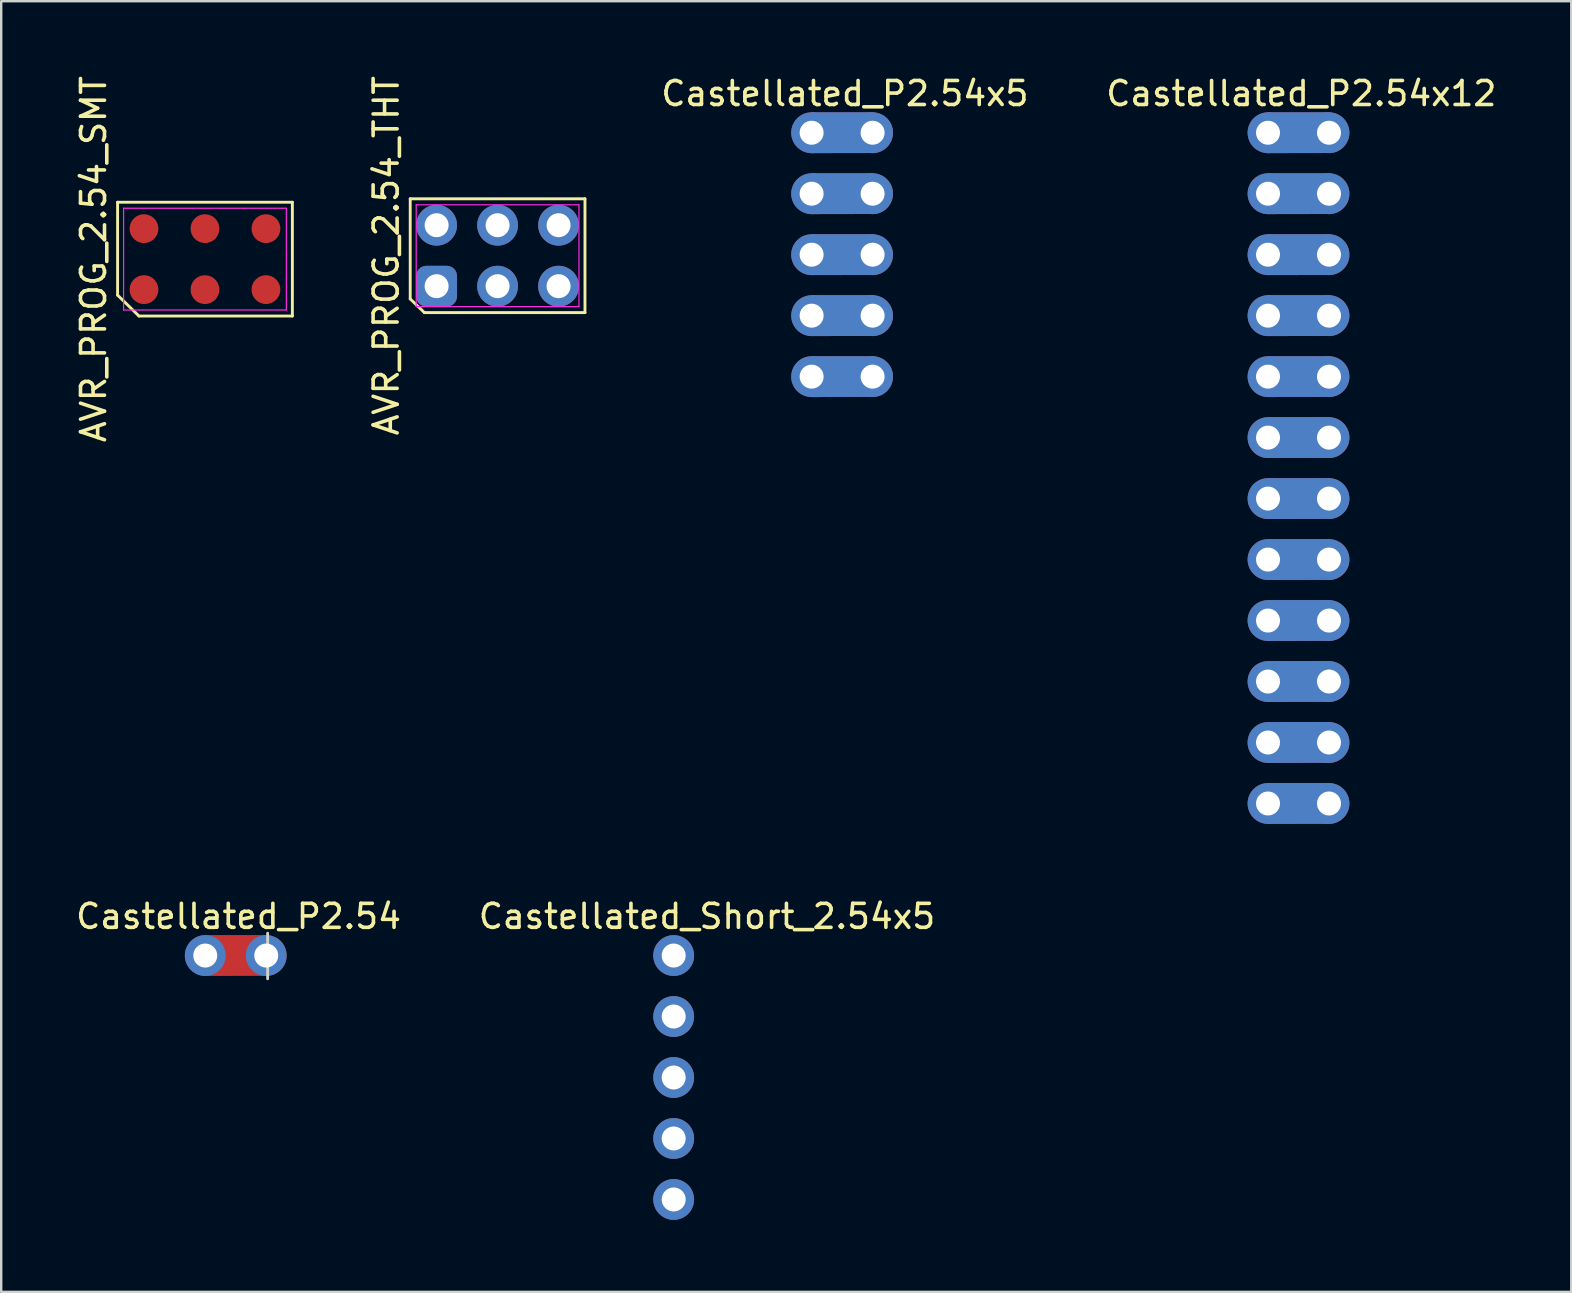
<source format=kicad_pcb>
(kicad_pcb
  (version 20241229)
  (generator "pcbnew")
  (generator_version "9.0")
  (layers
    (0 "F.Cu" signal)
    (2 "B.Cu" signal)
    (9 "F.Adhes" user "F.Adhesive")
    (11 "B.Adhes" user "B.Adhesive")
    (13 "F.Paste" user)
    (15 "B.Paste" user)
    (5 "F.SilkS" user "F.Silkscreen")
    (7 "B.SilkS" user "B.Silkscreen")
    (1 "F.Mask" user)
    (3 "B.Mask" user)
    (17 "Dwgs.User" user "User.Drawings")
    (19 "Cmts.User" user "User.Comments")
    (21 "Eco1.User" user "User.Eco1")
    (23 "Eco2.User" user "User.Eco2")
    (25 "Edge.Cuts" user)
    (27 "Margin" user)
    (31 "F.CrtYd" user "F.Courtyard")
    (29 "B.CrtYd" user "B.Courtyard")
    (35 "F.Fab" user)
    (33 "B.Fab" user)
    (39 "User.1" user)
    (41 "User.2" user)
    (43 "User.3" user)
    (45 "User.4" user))
  (footprint "Castellated_P2.54x5"
    (layer "F.Cu")
    (at 30.758 2.479)
    (property "Reference" "Castellated_P2.54x5" (at 1.387 -1.631 0) (layer "F.SilkS") (effects (font (size 1 1) (thickness 0.15))))
    (attr through_hole)
    (fp_poly (pts (xy 2.548 0.795) (xy -0.003 0.8) (xy 0.01 -0.803) (xy 2.56 -0.803)) (stroke (width 0.1) (type solid)) (fill yes) (layer "F.Cu"))
    (fp_poly (pts (xy 2.548 3.335) (xy -0.003 3.34) (xy 0.01 1.737) (xy 2.56 1.737)) (stroke (width 0.1) (type solid)) (fill yes) (layer "F.Cu"))
    (fp_poly (pts (xy 2.548 5.875) (xy -0.003 5.88) (xy 0.01 4.277) (xy 2.56 4.277)) (stroke (width 0.1) (type solid)) (fill yes) (layer "F.Cu"))
    (fp_poly (pts (xy 2.548 8.415) (xy -0.003 8.42) (xy 0.01 6.817) (xy 2.56 6.817)) (stroke (width 0.1) (type solid)) (fill yes) (layer "F.Cu"))
    (fp_poly (pts (xy 2.548 10.955) (xy -0.003 10.96) (xy 0.01 9.357) (xy 2.56 9.357)) (stroke (width 0.1) (type solid)) (fill yes) (layer "F.Cu"))
    (fp_poly (pts (xy 2.55 0.8) (xy 0 0.805) (xy 0.013 -0.798) (xy 2.563 -0.798)) (stroke (width 0.1) (type solid)) (fill yes) (layer "F.Mask"))
    (fp_poly (pts (xy 2.55 3.34) (xy 0 3.345) (xy 0.013 1.742) (xy 2.563 1.742)) (stroke (width 0.1) (type solid)) (fill yes) (layer "F.Mask"))
    (fp_poly (pts (xy 2.55 5.88) (xy 0 5.885) (xy 0.013 4.282) (xy 2.563 4.282)) (stroke (width 0.1) (type solid)) (fill yes) (layer "F.Mask"))
    (fp_poly (pts (xy 2.55 8.42) (xy 0 8.425) (xy 0.013 6.822) (xy 2.563 6.822)) (stroke (width 0.1) (type solid)) (fill yes) (layer "F.Mask"))
    (fp_poly (pts (xy 2.55 10.96) (xy 0 10.965) (xy 0.013 9.362) (xy 2.563 9.362)) (stroke (width 0.1) (type solid)) (fill yes) (layer "F.Mask"))
    (fp_poly (pts (xy 2.548 0.795) (xy -0.003 0.8) (xy 0.01 -0.803) (xy 2.56 -0.803)) (stroke (width 0.1) (type solid)) (fill yes) (layer "B.Cu"))
    (fp_poly (pts (xy 2.548 3.335) (xy -0.003 3.34) (xy 0.01 1.737) (xy 2.56 1.737)) (stroke (width 0.1) (type solid)) (fill yes) (layer "B.Cu"))
    (fp_poly (pts (xy 2.548 5.875) (xy -0.003 5.88) (xy 0.01 4.277) (xy 2.56 4.277)) (stroke (width 0.1) (type solid)) (fill yes) (layer "B.Cu"))
    (fp_poly (pts (xy 2.548 8.415) (xy -0.003 8.42) (xy 0.01 6.817) (xy 2.56 6.817)) (stroke (width 0.1) (type solid)) (fill yes) (layer "B.Cu"))
    (fp_poly (pts (xy 2.548 10.955) (xy -0.003 10.96) (xy 0.01 9.357) (xy 2.56 9.357)) (stroke (width 0.1) (type solid)) (fill yes) (layer "B.Cu"))
    (fp_poly (pts (xy 2.55 0.8) (xy 0 0.805) (xy 0.013 -0.798) (xy 2.563 -0.798)) (stroke (width 0.1) (type solid)) (fill yes) (layer "B.Mask"))
    (fp_poly (pts (xy 2.55 3.34) (xy 0 3.345) (xy 0.013 1.742) (xy 2.563 1.742)) (stroke (width 0.1) (type solid)) (fill yes) (layer "B.Mask"))
    (fp_poly (pts (xy 2.55 5.88) (xy 0 5.885) (xy 0.013 4.282) (xy 2.563 4.282)) (stroke (width 0.1) (type solid)) (fill yes) (layer "B.Mask"))
    (fp_poly (pts (xy 2.55 8.42) (xy 0 8.425) (xy 0.013 6.822) (xy 2.563 6.822)) (stroke (width 0.1) (type solid)) (fill yes) (layer "B.Mask"))
    (fp_poly (pts (xy 2.55 10.96) (xy 0 10.965) (xy 0.013 9.362) (xy 2.563 9.362)) (stroke (width 0.1) (type solid)) (fill yes) (layer "B.Mask"))
    (pad "1" thru_hole circle (at 0 0) (size 1.7 1.7) (drill 1) (layers "*.Cu" "*.Mask"))
    (pad "1" thru_hole circle (at 2.54 0) (size 1.7 1.7) (drill 1) (layers "*.Cu" "*.Mask"))
    (pad "2" thru_hole circle (at 0 2.54) (size 1.7 1.7) (drill 1) (layers "*.Cu" "*.Mask"))
    (pad "2" thru_hole circle (at 2.54 2.54) (size 1.7 1.7) (drill 1) (layers "*.Cu" "*.Mask"))
    (pad "3" thru_hole circle (at 0 5.08) (size 1.7 1.7) (drill 1) (layers "*.Cu" "*.Mask"))
    (pad "3" thru_hole circle (at 2.54 5.08) (size 1.7 1.7) (drill 1) (layers "*.Cu" "*.Mask"))
    (pad "4" thru_hole circle (at 0 7.62) (size 1.7 1.7) (drill 1) (layers "*.Cu" "*.Mask"))
    (pad "4" thru_hole circle (at 2.54 7.62) (size 1.7 1.7) (drill 1) (layers "*.Cu" "*.Mask"))
    (pad "5" thru_hole circle (at 0 10.16) (size 1.7 1.7) (drill 1) (layers "*.Cu" "*.Mask"))
    (pad "5" thru_hole circle (at 2.54 10.16) (size 1.7 1.7) (drill 1) (layers "*.Cu" "*.Mask")))
  (footprint "Castellated_P2.54x12"
    (layer "F.Cu")
    (at 49.769 2.479)
    (property "Reference" "Castellated_P2.54x12" (at 1.387 -1.631 0) (layer "F.SilkS") (effects (font (size 1 1) (thickness 0.15))))
    (attr through_hole)
    (fp_poly (pts (xy 2.548 0.795) (xy -0.003 0.8) (xy 0.01 -0.803) (xy 2.56 -0.803)) (stroke (width 0.1) (type solid)) (fill yes) (layer "F.Cu"))
    (fp_poly (pts (xy 2.548 3.335) (xy -0.003 3.34) (xy 0.01 1.737) (xy 2.56 1.737)) (stroke (width 0.1) (type solid)) (fill yes) (layer "F.Cu"))
    (fp_poly (pts (xy 2.548 5.875) (xy -0.003 5.88) (xy 0.01 4.277) (xy 2.56 4.277)) (stroke (width 0.1) (type solid)) (fill yes) (layer "F.Cu"))
    (fp_poly (pts (xy 2.548 8.415) (xy -0.003 8.42) (xy 0.01 6.817) (xy 2.56 6.817)) (stroke (width 0.1) (type solid)) (fill yes) (layer "F.Cu"))
    (fp_poly (pts (xy 2.548 10.955) (xy -0.003 10.96) (xy 0.01 9.357) (xy 2.56 9.357)) (stroke (width 0.1) (type solid)) (fill yes) (layer "F.Cu"))
    (fp_poly (pts (xy 2.548 13.495) (xy -0.003 13.5) (xy 0.01 11.897) (xy 2.56 11.897)) (stroke (width 0.1) (type solid)) (fill yes) (layer "F.Cu"))
    (fp_poly (pts (xy 2.548 16.035) (xy -0.003 16.04) (xy 0.01 14.437) (xy 2.56 14.437)) (stroke (width 0.1) (type solid)) (fill yes) (layer "F.Cu"))
    (fp_poly (pts (xy 2.548 18.575) (xy -0.003 18.58) (xy 0.01 16.977) (xy 2.56 16.977)) (stroke (width 0.1) (type solid)) (fill yes) (layer "F.Cu"))
    (fp_poly (pts (xy 2.548 21.115) (xy -0.003 21.12) (xy 0.01 19.517) (xy 2.56 19.517)) (stroke (width 0.1) (type solid)) (fill yes) (layer "F.Cu"))
    (fp_poly (pts (xy 2.548 23.655) (xy -0.003 23.66) (xy 0.01 22.057) (xy 2.56 22.057)) (stroke (width 0.1) (type solid)) (fill yes) (layer "F.Cu"))
    (fp_poly (pts (xy 2.548 26.195) (xy -0.003 26.2) (xy 0.01 24.597) (xy 2.56 24.597)) (stroke (width 0.1) (type solid)) (fill yes) (layer "F.Cu"))
    (fp_poly (pts (xy 2.548 28.735) (xy -0.003 28.74) (xy 0.01 27.137) (xy 2.56 27.137)) (stroke (width 0.1) (type solid)) (fill yes) (layer "F.Cu"))
    (fp_poly (pts (xy 2.55 0.8) (xy 0 0.805) (xy 0.013 -0.798) (xy 2.563 -0.798)) (stroke (width 0.1) (type solid)) (fill yes) (layer "F.Mask"))
    (fp_poly (pts (xy 2.55 3.34) (xy 0 3.345) (xy 0.013 1.742) (xy 2.563 1.742)) (stroke (width 0.1) (type solid)) (fill yes) (layer "F.Mask"))
    (fp_poly (pts (xy 2.55 5.88) (xy 0 5.885) (xy 0.013 4.282) (xy 2.563 4.282)) (stroke (width 0.1) (type solid)) (fill yes) (layer "F.Mask"))
    (fp_poly (pts (xy 2.55 8.42) (xy 0 8.425) (xy 0.013 6.822) (xy 2.563 6.822)) (stroke (width 0.1) (type solid)) (fill yes) (layer "F.Mask"))
    (fp_poly (pts (xy 2.55 10.96) (xy 0 10.965) (xy 0.013 9.362) (xy 2.563 9.362)) (stroke (width 0.1) (type solid)) (fill yes) (layer "F.Mask"))
    (fp_poly (pts (xy 2.55 13.5) (xy 0 13.505) (xy 0.013 11.902) (xy 2.563 11.902)) (stroke (width 0.1) (type solid)) (fill yes) (layer "F.Mask"))
    (fp_poly (pts (xy 2.55 16.04) (xy 0 16.045) (xy 0.013 14.442) (xy 2.563 14.442)) (stroke (width 0.1) (type solid)) (fill yes) (layer "F.Mask"))
    (fp_poly (pts (xy 2.55 18.58) (xy 0 18.585) (xy 0.013 16.982) (xy 2.563 16.982)) (stroke (width 0.1) (type solid)) (fill yes) (layer "F.Mask"))
    (fp_poly (pts (xy 2.55 21.12) (xy 0 21.125) (xy 0.013 19.522) (xy 2.563 19.522)) (stroke (width 0.1) (type solid)) (fill yes) (layer "F.Mask"))
    (fp_poly (pts (xy 2.55 23.66) (xy 0 23.665) (xy 0.013 22.062) (xy 2.563 22.062)) (stroke (width 0.1) (type solid)) (fill yes) (layer "F.Mask"))
    (fp_poly (pts (xy 2.55 26.2) (xy 0 26.205) (xy 0.013 24.602) (xy 2.563 24.602)) (stroke (width 0.1) (type solid)) (fill yes) (layer "F.Mask"))
    (fp_poly (pts (xy 2.55 28.74) (xy 0 28.745) (xy 0.013 27.142) (xy 2.563 27.142)) (stroke (width 0.1) (type solid)) (fill yes) (layer "F.Mask"))
    (fp_poly (pts (xy 2.548 0.795) (xy -0.003 0.8) (xy 0.01 -0.803) (xy 2.56 -0.803)) (stroke (width 0.1) (type solid)) (fill yes) (layer "B.Cu"))
    (fp_poly (pts (xy 2.548 3.335) (xy -0.003 3.34) (xy 0.01 1.737) (xy 2.56 1.737)) (stroke (width 0.1) (type solid)) (fill yes) (layer "B.Cu"))
    (fp_poly (pts (xy 2.548 5.875) (xy -0.003 5.88) (xy 0.01 4.277) (xy 2.56 4.277)) (stroke (width 0.1) (type solid)) (fill yes) (layer "B.Cu"))
    (fp_poly (pts (xy 2.548 8.415) (xy -0.003 8.42) (xy 0.01 6.817) (xy 2.56 6.817)) (stroke (width 0.1) (type solid)) (fill yes) (layer "B.Cu"))
    (fp_poly (pts (xy 2.548 10.955) (xy -0.003 10.96) (xy 0.01 9.357) (xy 2.56 9.357)) (stroke (width 0.1) (type solid)) (fill yes) (layer "B.Cu"))
    (fp_poly (pts (xy 2.548 13.495) (xy -0.003 13.5) (xy 0.01 11.897) (xy 2.56 11.897)) (stroke (width 0.1) (type solid)) (fill yes) (layer "B.Cu"))
    (fp_poly (pts (xy 2.548 16.035) (xy -0.003 16.04) (xy 0.01 14.437) (xy 2.56 14.437)) (stroke (width 0.1) (type solid)) (fill yes) (layer "B.Cu"))
    (fp_poly (pts (xy 2.548 18.575) (xy -0.003 18.58) (xy 0.01 16.977) (xy 2.56 16.977)) (stroke (width 0.1) (type solid)) (fill yes) (layer "B.Cu"))
    (fp_poly (pts (xy 2.548 21.115) (xy -0.003 21.12) (xy 0.01 19.517) (xy 2.56 19.517)) (stroke (width 0.1) (type solid)) (fill yes) (layer "B.Cu"))
    (fp_poly (pts (xy 2.548 23.655) (xy -0.003 23.66) (xy 0.01 22.057) (xy 2.56 22.057)) (stroke (width 0.1) (type solid)) (fill yes) (layer "B.Cu"))
    (fp_poly (pts (xy 2.548 26.195) (xy -0.003 26.2) (xy 0.01 24.597) (xy 2.56 24.597)) (stroke (width 0.1) (type solid)) (fill yes) (layer "B.Cu"))
    (fp_poly (pts (xy 2.548 28.735) (xy -0.003 28.74) (xy 0.01 27.137) (xy 2.56 27.137)) (stroke (width 0.1) (type solid)) (fill yes) (layer "B.Cu"))
    (fp_poly (pts (xy 2.55 0.8) (xy 0 0.805) (xy 0.013 -0.798) (xy 2.563 -0.798)) (stroke (width 0.1) (type solid)) (fill yes) (layer "B.Mask"))
    (fp_poly (pts (xy 2.55 3.34) (xy 0 3.345) (xy 0.013 1.742) (xy 2.563 1.742)) (stroke (width 0.1) (type solid)) (fill yes) (layer "B.Mask"))
    (fp_poly (pts (xy 2.55 5.88) (xy 0 5.885) (xy 0.013 4.282) (xy 2.563 4.282)) (stroke (width 0.1) (type solid)) (fill yes) (layer "B.Mask"))
    (fp_poly (pts (xy 2.55 8.42) (xy 0 8.425) (xy 0.013 6.822) (xy 2.563 6.822)) (stroke (width 0.1) (type solid)) (fill yes) (layer "B.Mask"))
    (fp_poly (pts (xy 2.55 10.96) (xy 0 10.965) (xy 0.013 9.362) (xy 2.563 9.362)) (stroke (width 0.1) (type solid)) (fill yes) (layer "B.Mask"))
    (fp_poly (pts (xy 2.55 13.5) (xy 0 13.505) (xy 0.013 11.902) (xy 2.563 11.902)) (stroke (width 0.1) (type solid)) (fill yes) (layer "B.Mask"))
    (fp_poly (pts (xy 2.55 16.04) (xy 0 16.045) (xy 0.013 14.442) (xy 2.563 14.442)) (stroke (width 0.1) (type solid)) (fill yes) (layer "B.Mask"))
    (fp_poly (pts (xy 2.55 18.58) (xy 0 18.585) (xy 0.013 16.982) (xy 2.563 16.982)) (stroke (width 0.1) (type solid)) (fill yes) (layer "B.Mask"))
    (fp_poly (pts (xy 2.55 21.12) (xy 0 21.125) (xy 0.013 19.522) (xy 2.563 19.522)) (stroke (width 0.1) (type solid)) (fill yes) (layer "B.Mask"))
    (fp_poly (pts (xy 2.55 23.66) (xy 0 23.665) (xy 0.013 22.062) (xy 2.563 22.062)) (stroke (width 0.1) (type solid)) (fill yes) (layer "B.Mask"))
    (fp_poly (pts (xy 2.55 26.2) (xy 0 26.205) (xy 0.013 24.602) (xy 2.563 24.602)) (stroke (width 0.1) (type solid)) (fill yes) (layer "B.Mask"))
    (fp_poly (pts (xy 2.55 28.74) (xy 0 28.745) (xy 0.013 27.142) (xy 2.563 27.142)) (stroke (width 0.1) (type solid)) (fill yes) (layer "B.Mask"))
    (pad "1" thru_hole circle (at 0 0) (size 1.7 1.7) (drill 1) (layers "*.Cu" "*.Mask"))
    (pad "1" thru_hole circle (at 2.54 0) (size 1.7 1.7) (drill 1) (layers "*.Cu" "*.Mask"))
    (pad "2" thru_hole circle (at 0 2.54) (size 1.7 1.7) (drill 1) (layers "*.Cu" "*.Mask"))
    (pad "2" thru_hole circle (at 2.54 2.54) (size 1.7 1.7) (drill 1) (layers "*.Cu" "*.Mask"))
    (pad "3" thru_hole circle (at 0 5.08) (size 1.7 1.7) (drill 1) (layers "*.Cu" "*.Mask"))
    (pad "3" thru_hole circle (at 2.54 5.08) (size 1.7 1.7) (drill 1) (layers "*.Cu" "*.Mask"))
    (pad "4" thru_hole circle (at 0 7.62) (size 1.7 1.7) (drill 1) (layers "*.Cu" "*.Mask"))
    (pad "4" thru_hole circle (at 2.54 7.62) (size 1.7 1.7) (drill 1) (layers "*.Cu" "*.Mask"))
    (pad "5" thru_hole circle (at 0 10.16) (size 1.7 1.7) (drill 1) (layers "*.Cu" "*.Mask"))
    (pad "5" thru_hole circle (at 2.54 10.16) (size 1.7 1.7) (drill 1) (layers "*.Cu" "*.Mask"))
    (pad "6" thru_hole circle (at 0 12.7) (size 1.7 1.7) (drill 1) (layers "*.Cu" "*.Mask"))
    (pad "6" thru_hole circle (at 2.54 12.7) (size 1.7 1.7) (drill 1) (layers "*.Cu" "*.Mask"))
    (pad "7" thru_hole circle (at 0 15.24) (size 1.7 1.7) (drill 1) (layers "*.Cu" "*.Mask"))
    (pad "7" thru_hole circle (at 2.54 15.24) (size 1.7 1.7) (drill 1) (layers "*.Cu" "*.Mask"))
    (pad "8" thru_hole circle (at 0 17.78) (size 1.7 1.7) (drill 1) (layers "*.Cu" "*.Mask"))
    (pad "8" thru_hole circle (at 2.54 17.78) (size 1.7 1.7) (drill 1) (layers "*.Cu" "*.Mask"))
    (pad "9" thru_hole circle (at 0 20.32) (size 1.7 1.7) (drill 1) (layers "*.Cu" "*.Mask"))
    (pad "9" thru_hole circle (at 2.54 20.32) (size 1.7 1.7) (drill 1) (layers "*.Cu" "*.Mask"))
    (pad "10" thru_hole circle (at 0 22.86) (size 1.7 1.7) (drill 1) (layers "*.Cu" "*.Mask"))
    (pad "10" thru_hole circle (at 2.54 22.86) (size 1.7 1.7) (drill 1) (layers "*.Cu" "*.Mask"))
    (pad "11" thru_hole circle (at 0 25.4) (size 1.7 1.7) (drill 1) (layers "*.Cu" "*.Mask"))
    (pad "11" thru_hole circle (at 2.54 25.4) (size 1.7 1.7) (drill 1) (layers "*.Cu" "*.Mask"))
    (pad "12" thru_hole circle (at 0 27.94) (size 1.7 1.7) (drill 1) (layers "*.Cu" "*.Mask"))
    (pad "12" thru_hole circle (at 2.54 27.94) (size 1.7 1.7) (drill 1) (layers "*.Cu" "*.Mask")))
  (footprint "AVR_PROG_2.54_THT"
    (layer "F.Cu")
    (at 17.677 7.601)
    (property "Reference" "AVR_PROG_2.54_THT" (at -4.64 0 90) (layer "F.SilkS") (effects (font (size 1 1) (thickness 0.15))))
    (attr through_hole)
    (fp_line (start -3.64 -2.37) (end -3.64 1.8) (stroke (width 0.12) (type solid)) (layer "F.SilkS"))
    (fp_line (start -3.64 1.8) (end -3.05 2.37) (stroke (width 0.12) (type solid)) (layer "F.SilkS"))
    (fp_line (start -3.05 2.37) (end 3.64 2.37) (stroke (width 0.12) (type solid)) (layer "F.SilkS"))
    (fp_line (start 3.64 -2.37) (end -3.64 -2.37) (stroke (width 0.12) (type solid)) (layer "F.SilkS"))
    (fp_line (start 3.64 2.37) (end 3.64 -2.37) (stroke (width 0.12) (type solid)) (layer "F.SilkS"))
    (fp_line (start -3.39 -2.12) (end 3.39 -2.12) (stroke (width 0.05) (type solid)) (layer "F.CrtYd"))
    (fp_line (start -3.39 2.12) (end -3.39 -2.12) (stroke (width 0.05) (type solid)) (layer "F.CrtYd"))
    (fp_line (start 3.39 -2.12) (end 3.39 2.12) (stroke (width 0.05) (type solid)) (layer "F.CrtYd"))
    (fp_line (start 3.39 2.12) (end -3.39 2.12) (stroke (width 0.05) (type solid)) (layer "F.CrtYd"))
    (pad "1" thru_hole roundrect (at -2.54 1.27) (size 1.7 1.7) (drill 1) (layers "*.Cu" "*.Mask") (roundrect_rratio 0.25))
    (pad "2" thru_hole circle (at -2.54 -1.27) (size 1.7 1.7) (drill 1) (layers "*.Cu" "*.Mask"))
    (pad "3" thru_hole circle (at 0 1.27) (size 1.7 1.7) (drill 1) (layers "*.Cu" "*.Mask"))
    (pad "4" thru_hole circle (at 0 -1.27) (size 1.7 1.7) (drill 1) (layers "*.Cu" "*.Mask"))
    (pad "5" thru_hole circle (at 2.54 1.27) (size 1.7 1.7) (drill 1) (layers "*.Cu" "*.Mask"))
    (pad "6" thru_hole circle (at 2.54 -1.27) (size 1.7 1.7) (drill 1) (layers "*.Cu" "*.Mask")))
  (footprint "Castellated_P2.54"
    (layer "F.Cu")
    (at 5.5 36.753)
    (property "Reference" "Castellated_P2.54" (at 1.387 -1.631 0) (layer "F.SilkS") (effects (font (size 1 1) (thickness 0.15))))
    (attr through_hole)
    (fp_poly (pts (xy 2.548 0.795) (xy -0.003 0.8) (xy 0.01 -0.803) (xy 2.56 -0.803)) (stroke (width 0.1) (type solid)) (fill yes) (layer "F.Cu"))
    (fp_poly (pts (xy 2.55 0.8) (xy 0 0.805) (xy 0.013 -0.798) (xy 2.563 -0.798)) (stroke (width 0.1) (type solid)) (fill yes) (layer "F.Mask"))
    (fp_line (start 2.598 0.968) (end 2.598 -0.93) (stroke (width 0.12) (type solid)) (layer "Edge.Cuts"))
    (pad "1" thru_hole circle (at 0 0) (size 1.7 1.7) (drill 1) (layers "*.Cu" "*.Mask"))
    (pad "1" thru_hole circle (at 2.54 0) (size 1.7 1.7) (drill 1) (layers "*.Cu" "*.Mask")))
  (footprint "AVR_PROG_2.54_SMT"
    (layer "F.Cu")
    (at 5.488 7.744)
    (property "Reference" "AVR_PROG_2.54_SMT" (at -4.64 0 90) (layer "F.SilkS") (effects (font (size 1 1) (thickness 0.15))))
    (attr through_hole)
    (fp_line (start -3.64 -2.37) (end -3.64 1.5) (stroke (width 0.12) (type solid)) (layer "F.SilkS"))
    (fp_line (start -3.64 1.5) (end -2.75 2.37) (stroke (width 0.12) (type solid)) (layer "F.SilkS"))
    (fp_line (start -2.75 2.37) (end 3.64 2.37) (stroke (width 0.12) (type solid)) (layer "F.SilkS"))
    (fp_line (start 3.64 -2.37) (end -3.64 -2.37) (stroke (width 0.12) (type solid)) (layer "F.SilkS"))
    (fp_line (start 3.64 2.37) (end 3.64 -2.37) (stroke (width 0.12) (type solid)) (layer "F.SilkS"))
    (fp_line (start -3.39 -2.12) (end 3.39 -2.12) (stroke (width 0.05) (type solid)) (layer "F.CrtYd"))
    (fp_line (start -3.39 2.12) (end -3.39 -2.12) (stroke (width 0.05) (type solid)) (layer "F.CrtYd"))
    (fp_line (start 3.39 -2.12) (end 3.39 2.12) (stroke (width 0.05) (type solid)) (layer "F.CrtYd"))
    (fp_line (start 3.39 2.12) (end -3.39 2.12) (stroke (width 0.05) (type solid)) (layer "F.CrtYd"))
    (pad "1" smd circle (at -2.54 1.27) (size 1.2 1.2) (layers "F.Cu" "F.Mask"))
    (pad "2" smd circle (at -2.54 -1.27) (size 1.2 1.2) (layers "F.Cu" "F.Mask"))
    (pad "3" smd circle (at 0 1.27) (size 1.2 1.2) (layers "F.Cu" "F.Mask"))
    (pad "4" smd circle (at 0 -1.27) (size 1.2 1.2) (layers "F.Cu" "F.Mask"))
    (pad "5" smd circle (at 2.54 1.27) (size 1.2 1.2) (layers "F.Cu" "F.Mask"))
    (pad "6" smd circle (at 2.54 -1.27) (size 1.2 1.2) (layers "F.Cu" "F.Mask")))
  (footprint "Castellated_Short_2.54x5"
    (layer "F.Cu")
    (at 25.012 36.753)
    (property "Reference" "Castellated_Short_2.54x5" (at 1.387 -1.631 0) (layer "F.SilkS") (effects (font (size 1 1) (thickness 0.15))))
    (attr through_hole)
    (pad "1" thru_hole circle (at 0 0) (size 1.7 1.7) (drill 1) (layers "*.Cu" "*.Mask"))
    (pad "2" thru_hole circle (at 0 2.54) (size 1.7 1.7) (drill 1) (layers "*.Cu" "*.Mask"))
    (pad "3" thru_hole circle (at 0 5.08) (size 1.7 1.7) (drill 1) (layers "*.Cu" "*.Mask"))
    (pad "4" thru_hole circle (at 0 7.62) (size 1.7 1.7) (drill 1) (layers "*.Cu" "*.Mask"))
    (pad "5" thru_hole circle (at 0 10.16) (size 1.7 1.7) (drill 1) (layers "*.Cu" "*.Mask")))
  (gr_rect
    (start -3 -3)
    (end 62.4 50.763)
    (stroke (width 0.1) (type default))
    (fill no)
    (layer "Edge.Cuts")))
</source>
